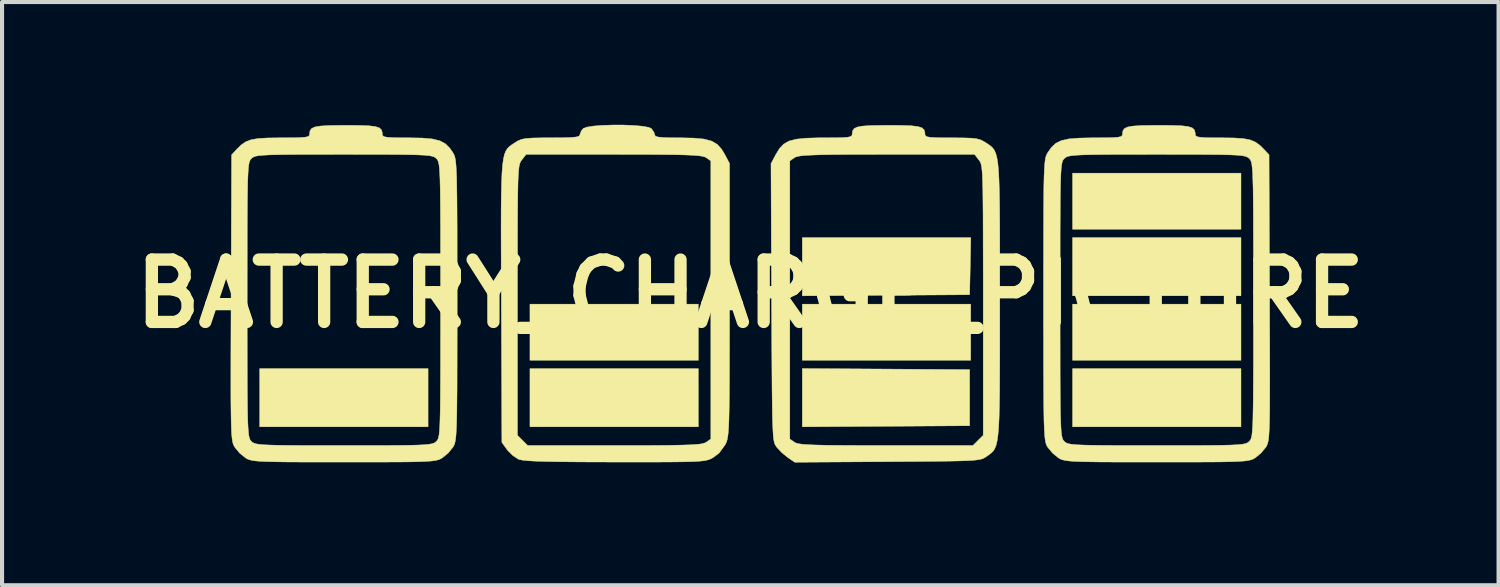
<source format=kicad_pcb>
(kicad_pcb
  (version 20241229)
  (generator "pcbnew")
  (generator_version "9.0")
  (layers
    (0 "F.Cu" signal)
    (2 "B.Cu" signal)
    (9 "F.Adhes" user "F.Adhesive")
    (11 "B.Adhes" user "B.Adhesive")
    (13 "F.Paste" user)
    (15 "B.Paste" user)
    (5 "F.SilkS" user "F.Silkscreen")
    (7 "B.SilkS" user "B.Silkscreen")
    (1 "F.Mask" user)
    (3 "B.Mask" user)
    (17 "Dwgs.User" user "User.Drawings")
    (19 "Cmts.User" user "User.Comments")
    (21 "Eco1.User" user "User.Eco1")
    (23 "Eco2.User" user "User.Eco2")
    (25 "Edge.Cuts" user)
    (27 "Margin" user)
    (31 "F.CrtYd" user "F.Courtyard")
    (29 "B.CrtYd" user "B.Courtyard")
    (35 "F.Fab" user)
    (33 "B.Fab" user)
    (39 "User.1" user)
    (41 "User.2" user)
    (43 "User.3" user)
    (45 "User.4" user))
  (footprint "BATTERY_CHARGE_PICTURE"
    (layer "F.Cu")
    (at 15.284 4.127)
    (property "Reference" "BATTERY_CHARGE_PICTURE" (at 0 0 0) (layer "F.SilkS") (effects (font (size 1.524 1.524) (thickness 0.3))))
    (attr through_hole)
    (fp_poly (pts (xy -7.874 3.251) (xy -11.989 3.251) (xy -11.989 1.829) (xy -7.874 1.829) (xy -7.874 3.251)) (stroke (width 0.01) (type solid)) (fill yes) (layer "F.SilkS"))
    (fp_poly (pts (xy -1.27 1.626) (xy -5.385 1.626) (xy -5.385 0.254) (xy -1.27 0.254) (xy -1.27 1.626)) (stroke (width 0.01) (type solid)) (fill yes) (layer "F.SilkS"))
    (fp_poly (pts (xy -1.27 3.251) (xy -5.385 3.251) (xy -5.385 1.829) (xy -1.27 1.829) (xy -1.27 3.251)) (stroke (width 0.01) (type solid)) (fill yes) (layer "F.SilkS"))
    (fp_poly (pts (xy 5.385 1.626) (xy 1.27 1.626) (xy 1.27 0.254) (xy 5.385 0.254) (xy 5.385 1.626)) (stroke (width 0.01) (type solid)) (fill yes) (layer "F.SilkS"))
    (fp_poly (pts (xy 11.989 -1.575) (xy 7.874 -1.575) (xy 7.874 -2.946) (xy 11.989 -2.946) (xy 11.989 -1.575)) (stroke (width 0.01) (type solid)) (fill yes) (layer "F.SilkS"))
    (fp_poly (pts (xy 11.989 0.051) (xy 7.874 0.051) (xy 7.874 -1.372) (xy 11.989 -1.372) (xy 11.989 0.051)) (stroke (width 0.01) (type solid)) (fill yes) (layer "F.SilkS"))
    (fp_poly (pts (xy 11.989 1.626) (xy 7.874 1.626) (xy 7.874 0.254) (xy 11.989 0.254) (xy 11.989 1.626)) (stroke (width 0.01) (type solid)) (fill yes) (layer "F.SilkS"))
    (fp_poly (pts (xy 11.989 3.251) (xy 7.874 3.251) (xy 7.874 1.829) (xy 11.989 1.829) (xy 11.989 3.251)) (stroke (width 0.01) (type solid)) (fill yes) (layer "F.SilkS"))
    (fp_poly (pts (xy 3.315 1.841) (xy 5.359 1.854) (xy 5.359 3.226) (xy 1.27 3.252) (xy 1.27 1.828) (xy 3.315 1.841)) (stroke (width 0.01) (type solid)) (fill yes) (layer "F.SilkS"))
    (fp_poly (pts (xy 5.374 -0.673) (xy 5.359 0.025) (xy 1.27 0.052) (xy 1.27 -1.372) (xy 5.388 -1.372) (xy 5.374 -0.673)) (stroke (width 0.01) (type solid)) (fill yes) (layer "F.SilkS"))
    (fp_poly (pts (xy -3.098 -4.122) (xy -2.849 -4.112) (xy -2.636 -4.093) (xy -2.483 -4.065) (xy -2.417 -4.035) (xy -2.352 -3.94) (xy -2.337 -3.883) (xy -2.319 -3.851) (xy -2.256 -3.83) (xy -2.133 -3.817) (xy -1.935 -3.811) (xy -1.714 -3.81) (xy -1.38 -3.803) (xy -1.13 -3.779) (xy -0.945 -3.73) (xy -0.809 -3.65) (xy -0.702 -3.533) (xy -0.624 -3.403) (xy -0.508 -3.184) (xy -0.508 0.144) (xy -0.508 0.808) (xy -0.509 1.378) (xy -0.509 1.862) (xy -0.511 2.267) (xy -0.514 2.602) (xy -0.518 2.874) (xy -0.523 3.09) (xy -0.53 3.258) (xy -0.539 3.387) (xy -0.55 3.484) (xy -0.563 3.556) (xy -0.579 3.612) (xy -0.598 3.658) (xy -0.61 3.683) (xy -0.764 3.895) (xy -0.909 4.004) (xy -0.958 4.031) (xy -1.01 4.053) (xy -1.074 4.07) (xy -1.159 4.084) (xy -1.275 4.095) (xy -1.432 4.103) (xy -1.64 4.108) (xy -1.908 4.111) (xy -2.247 4.113) (xy -2.665 4.113) (xy -3.173 4.113) (xy -3.309 4.113) (xy -3.869 4.112) (xy -4.336 4.109) (xy -4.718 4.105) (xy -5.023 4.099) (xy -5.26 4.091) (xy -5.436 4.081) (xy -5.561 4.068) (xy -5.641 4.052) (xy -5.669 4.042) (xy -5.804 3.954) (xy -5.932 3.826) (xy -5.949 3.803) (xy -6.071 3.632) (xy -6.084 0.203) (xy -6.084 0.162) (xy -5.69 0.162) (xy -5.69 3.459) (xy -5.565 3.584) (xy -5.44 3.708) (xy -3.316 3.708) (xy -2.786 3.708) (xy -2.349 3.707) (xy -1.995 3.704) (xy -1.715 3.699) (xy -1.499 3.693) (xy -1.339 3.684) (xy -1.224 3.673) (xy -1.147 3.658) (xy -1.097 3.64) (xy -1.078 3.629) (xy -0.965 3.55) (xy -0.965 0.152) (xy -0.965 -3.245) (xy -1.078 -3.325) (xy -1.117 -3.344) (xy -1.178 -3.36) (xy -1.271 -3.373) (xy -1.405 -3.383) (xy -1.589 -3.391) (xy -1.832 -3.397) (xy -2.143 -3.4) (xy -2.533 -3.403) (xy -3.009 -3.403) (xy -3.335 -3.404) (xy -5.479 -3.404) (xy -5.584 -3.27) (xy -5.605 -3.241) (xy -5.623 -3.208) (xy -5.639 -3.162) (xy -5.651 -3.097) (xy -5.662 -3.004) (xy -5.67 -2.877) (xy -5.677 -2.706) (xy -5.681 -2.486) (xy -5.685 -2.208) (xy -5.687 -1.864) (xy -5.689 -1.448) (xy -5.689 -0.951) (xy -5.69 -0.366) (xy -5.69 0.162) (xy -6.084 0.162) (xy -6.087 -0.494) (xy -6.089 -1.097) (xy -6.09 -1.613) (xy -6.089 -2.049) (xy -6.085 -2.413) (xy -6.078 -2.712) (xy -6.068 -2.953) (xy -6.053 -3.143) (xy -6.033 -3.291) (xy -6.008 -3.402) (xy -5.976 -3.485) (xy -5.937 -3.547) (xy -5.89 -3.595) (xy -5.835 -3.636) (xy -5.772 -3.677) (xy -5.746 -3.695) (xy -5.668 -3.741) (xy -5.587 -3.773) (xy -5.48 -3.793) (xy -5.329 -3.805) (xy -5.114 -3.809) (xy -4.869 -3.81) (xy -4.582 -3.812) (xy -4.382 -3.818) (xy -4.255 -3.83) (xy -4.188 -3.849) (xy -4.166 -3.878) (xy -4.166 -3.883) (xy -4.132 -3.975) (xy -4.086 -4.035) (xy -3.999 -4.07) (xy -3.834 -4.097) (xy -3.614 -4.114) (xy -3.361 -4.122) (xy -3.098 -4.122)) (stroke (width 0.01) (type solid)) (fill yes) (layer "F.SilkS"))
    (fp_poly (pts (xy 3.7 -4.113) (xy 3.935 -4.104) (xy 4.095 -4.085) (xy 4.194 -4.053) (xy 4.247 -4.004) (xy 4.266 -3.936) (xy 4.267 -3.901) (xy 4.275 -3.864) (xy 4.311 -3.838) (xy 4.389 -3.822) (xy 4.527 -3.814) (xy 4.74 -3.81) (xy 4.92 -3.81) (xy 5.194 -3.808) (xy 5.389 -3.802) (xy 5.524 -3.788) (xy 5.621 -3.762) (xy 5.701 -3.723) (xy 5.746 -3.695) (xy 5.813 -3.651) (xy 5.871 -3.61) (xy 5.92 -3.565) (xy 5.962 -3.508) (xy 5.996 -3.432) (xy 6.024 -3.33) (xy 6.047 -3.195) (xy 6.064 -3.018) (xy 6.076 -2.793) (xy 6.085 -2.512) (xy 6.091 -2.168) (xy 6.094 -1.753) (xy 6.096 -1.26) (xy 6.096 -0.683) (xy 6.096 -0.012) (xy 6.096 0.145) (xy 6.096 0.836) (xy 6.096 1.432) (xy 6.094 1.942) (xy 6.092 2.372) (xy 6.087 2.73) (xy 6.079 3.024) (xy 6.068 3.26) (xy 6.052 3.446) (xy 6.032 3.59) (xy 6.007 3.699) (xy 5.976 3.779) (xy 5.938 3.84) (xy 5.893 3.887) (xy 5.84 3.928) (xy 5.779 3.972) (xy 5.772 3.976) (xy 5.733 4.003) (xy 5.69 4.025) (xy 5.635 4.044) (xy 5.559 4.058) (xy 5.451 4.07) (xy 5.303 4.079) (xy 5.104 4.086) (xy 4.847 4.091) (xy 4.52 4.095) (xy 4.116 4.099) (xy 3.623 4.102) (xy 3.35 4.104) (xy 1.086 4.118) (xy 0.916 4.002) (xy 0.773 3.886) (xy 0.65 3.756) (xy 0.64 3.743) (xy 0.619 3.713) (xy 0.601 3.678) (xy 0.585 3.632) (xy 0.572 3.566) (xy 0.561 3.473) (xy 0.553 3.345) (xy 0.545 3.176) (xy 0.539 2.958) (xy 0.535 2.682) (xy 0.531 2.343) (xy 0.528 1.931) (xy 0.525 1.44) (xy 0.522 0.862) (xy 0.519 0.21) (xy 0.505 -3.179) (xy 0.54 -3.245) (xy 0.965 -3.245) (xy 0.965 3.55) (xy 1.078 3.629) (xy 1.117 3.649) (xy 1.178 3.665) (xy 1.272 3.678) (xy 1.406 3.688) (xy 1.59 3.696) (xy 1.835 3.702) (xy 2.147 3.705) (xy 2.538 3.707) (xy 3.017 3.708) (xy 3.316 3.708) (xy 5.44 3.708) (xy 5.69 3.459) (xy 5.69 0.162) (xy 5.69 -0.498) (xy 5.689 -1.064) (xy 5.688 -1.543) (xy 5.687 -1.943) (xy 5.684 -2.272) (xy 5.681 -2.537) (xy 5.675 -2.746) (xy 5.669 -2.907) (xy 5.66 -3.027) (xy 5.649 -3.113) (xy 5.636 -3.173) (xy 5.62 -3.216) (xy 5.601 -3.247) (xy 5.584 -3.27) (xy 5.479 -3.404) (xy 3.335 -3.404) (xy 2.803 -3.403) (xy 2.363 -3.402) (xy 2.007 -3.399) (xy 1.724 -3.395) (xy 1.507 -3.388) (xy 1.344 -3.38) (xy 1.229 -3.368) (xy 1.15 -3.354) (xy 1.099 -3.337) (xy 1.078 -3.325) (xy 0.965 -3.245) (xy 0.54 -3.245) (xy 0.622 -3.4) (xy 0.712 -3.548) (xy 0.814 -3.656) (xy 0.944 -3.73) (xy 1.12 -3.776) (xy 1.359 -3.801) (xy 1.677 -3.81) (xy 1.79 -3.81) (xy 2.07 -3.811) (xy 2.263 -3.815) (xy 2.386 -3.825) (xy 2.455 -3.843) (xy 2.484 -3.87) (xy 2.489 -3.901) (xy 2.499 -3.979) (xy 2.536 -4.035) (xy 2.614 -4.073) (xy 2.747 -4.097) (xy 2.95 -4.11) (xy 3.234 -4.114) (xy 3.378 -4.115) (xy 3.7 -4.113)) (stroke (width 0.01) (type solid)) (fill yes) (layer "F.SilkS"))
    (fp_poly (pts (xy 10.304 -4.113) (xy 10.539 -4.104) (xy 10.699 -4.085) (xy 10.798 -4.053) (xy 10.851 -4.004) (xy 10.87 -3.936) (xy 10.871 -3.901) (xy 10.879 -3.863) (xy 10.915 -3.838) (xy 10.995 -3.822) (xy 11.134 -3.813) (xy 11.35 -3.81) (xy 11.509 -3.81) (xy 11.818 -3.806) (xy 12.047 -3.791) (xy 12.217 -3.758) (xy 12.347 -3.702) (xy 12.46 -3.619) (xy 12.548 -3.531) (xy 12.675 -3.395) (xy 12.688 0.093) (xy 12.69 0.773) (xy 12.692 1.359) (xy 12.693 1.858) (xy 12.693 2.278) (xy 12.692 2.626) (xy 12.69 2.91) (xy 12.686 3.136) (xy 12.68 3.313) (xy 12.672 3.447) (xy 12.663 3.547) (xy 12.651 3.619) (xy 12.636 3.672) (xy 12.619 3.712) (xy 12.6 3.746) (xy 12.599 3.747) (xy 12.482 3.89) (xy 12.338 4.01) (xy 12.332 4.013) (xy 12.289 4.038) (xy 12.238 4.058) (xy 12.172 4.074) (xy 12.08 4.087) (xy 11.953 4.096) (xy 11.781 4.104) (xy 11.555 4.109) (xy 11.265 4.112) (xy 10.901 4.113) (xy 10.455 4.114) (xy 9.931 4.114) (xy 9.395 4.114) (xy 8.951 4.113) (xy 8.59 4.112) (xy 8.302 4.108) (xy 8.077 4.103) (xy 7.906 4.096) (xy 7.78 4.086) (xy 7.689 4.073) (xy 7.623 4.057) (xy 7.573 4.037) (xy 7.531 4.013) (xy 7.387 3.896) (xy 7.268 3.753) (xy 7.264 3.747) (xy 7.244 3.712) (xy 7.227 3.671) (xy 7.213 3.617) (xy 7.201 3.542) (xy 7.191 3.44) (xy 7.183 3.301) (xy 7.176 3.12) (xy 7.172 2.888) (xy 7.168 2.598) (xy 7.166 2.242) (xy 7.164 1.814) (xy 7.164 1.305) (xy 7.163 0.708) (xy 7.163 0.152) (xy 7.569 0.152) (xy 7.569 0.818) (xy 7.57 1.39) (xy 7.57 1.874) (xy 7.572 2.28) (xy 7.575 2.613) (xy 7.578 2.883) (xy 7.583 3.095) (xy 7.59 3.258) (xy 7.598 3.379) (xy 7.609 3.465) (xy 7.622 3.524) (xy 7.637 3.563) (xy 7.655 3.59) (xy 7.671 3.607) (xy 7.699 3.632) (xy 7.735 3.652) (xy 7.788 3.668) (xy 7.868 3.681) (xy 7.985 3.691) (xy 8.147 3.698) (xy 8.365 3.703) (xy 8.647 3.706) (xy 9.004 3.708) (xy 9.443 3.708) (xy 9.931 3.708) (xy 10.457 3.708) (xy 10.89 3.708) (xy 11.24 3.706) (xy 11.517 3.703) (xy 11.73 3.698) (xy 11.888 3.69) (xy 12.002 3.68) (xy 12.08 3.667) (xy 12.131 3.65) (xy 12.166 3.63) (xy 12.192 3.607) (xy 12.212 3.584) (xy 12.229 3.555) (xy 12.244 3.513) (xy 12.256 3.448) (xy 12.266 3.355) (xy 12.274 3.226) (xy 12.281 3.053) (xy 12.285 2.829) (xy 12.289 2.546) (xy 12.291 2.197) (xy 12.293 1.775) (xy 12.293 1.271) (xy 12.294 0.68) (xy 12.294 0.152) (xy 12.294 -0.513) (xy 12.293 -1.085) (xy 12.292 -1.569) (xy 12.291 -1.975) (xy 12.288 -2.309) (xy 12.285 -2.578) (xy 12.279 -2.79) (xy 12.273 -2.953) (xy 12.264 -3.074) (xy 12.254 -3.16) (xy 12.241 -3.219) (xy 12.226 -3.258) (xy 12.208 -3.285) (xy 12.192 -3.302) (xy 12.164 -3.327) (xy 12.128 -3.347) (xy 12.075 -3.363) (xy 11.994 -3.376) (xy 11.878 -3.386) (xy 11.715 -3.393) (xy 11.498 -3.398) (xy 11.215 -3.401) (xy 10.859 -3.403) (xy 10.419 -3.403) (xy 9.931 -3.404) (xy 9.406 -3.403) (xy 8.973 -3.403) (xy 8.623 -3.401) (xy 8.346 -3.398) (xy 8.133 -3.393) (xy 7.975 -3.385) (xy 7.861 -3.375) (xy 7.783 -3.362) (xy 7.731 -3.346) (xy 7.696 -3.325) (xy 7.671 -3.302) (xy 7.651 -3.28) (xy 7.633 -3.251) (xy 7.619 -3.208) (xy 7.606 -3.143) (xy 7.596 -3.05) (xy 7.588 -2.921) (xy 7.582 -2.748) (xy 7.577 -2.524) (xy 7.574 -2.241) (xy 7.572 -1.892) (xy 7.57 -1.47) (xy 7.57 -0.967) (xy 7.569 -0.375) (xy 7.569 0.152) (xy 7.163 0.152) (xy 7.163 -0.522) (xy 7.164 -1.102) (xy 7.165 -1.595) (xy 7.166 -2.01) (xy 7.169 -2.352) (xy 7.172 -2.631) (xy 7.177 -2.853) (xy 7.184 -3.025) (xy 7.192 -3.156) (xy 7.203 -3.253) (xy 7.215 -3.323) (xy 7.23 -3.374) (xy 7.248 -3.414) (xy 7.264 -3.442) (xy 7.359 -3.578) (xy 7.465 -3.676) (xy 7.6 -3.742) (xy 7.781 -3.783) (xy 8.027 -3.803) (xy 8.354 -3.81) (xy 8.395 -3.81) (xy 8.674 -3.811) (xy 8.868 -3.815) (xy 8.991 -3.825) (xy 9.059 -3.843) (xy 9.088 -3.87) (xy 9.093 -3.901) (xy 9.103 -3.979) (xy 9.14 -4.035) (xy 9.218 -4.073) (xy 9.351 -4.097) (xy 9.554 -4.11) (xy 9.838 -4.114) (xy 9.982 -4.115) (xy 10.304 -4.113)) (stroke (width 0.01) (type solid)) (fill yes) (layer "F.SilkS"))
    (fp_poly (pts (xy -9.558 -4.113) (xy -9.324 -4.104) (xy -9.164 -4.085) (xy -9.065 -4.053) (xy -9.012 -4.004) (xy -8.993 -3.936) (xy -8.992 -3.901) (xy -8.983 -3.864) (xy -8.948 -3.838) (xy -8.869 -3.822) (xy -8.731 -3.814) (xy -8.517 -3.81) (xy -8.344 -3.81) (xy -8.015 -3.804) (xy -7.768 -3.782) (xy -7.586 -3.737) (xy -7.45 -3.664) (xy -7.342 -3.556) (xy -7.264 -3.442) (xy -7.244 -3.407) (xy -7.227 -3.366) (xy -7.213 -3.312) (xy -7.201 -3.237) (xy -7.191 -3.135) (xy -7.183 -2.996) (xy -7.176 -2.815) (xy -7.172 -2.583) (xy -7.168 -2.293) (xy -7.166 -1.938) (xy -7.164 -1.509) (xy -7.164 -1) (xy -7.163 -0.403) (xy -7.163 0.152) (xy -7.163 0.827) (xy -7.164 1.407) (xy -7.165 1.9) (xy -7.166 2.314) (xy -7.169 2.657) (xy -7.172 2.936) (xy -7.177 3.158) (xy -7.184 3.33) (xy -7.192 3.461) (xy -7.203 3.558) (xy -7.215 3.628) (xy -7.23 3.679) (xy -7.248 3.719) (xy -7.264 3.747) (xy -7.381 3.891) (xy -7.525 4.01) (xy -7.531 4.013) (xy -7.574 4.038) (xy -7.624 4.058) (xy -7.691 4.074) (xy -7.783 4.087) (xy -7.91 4.096) (xy -8.082 4.104) (xy -8.308 4.109) (xy -8.598 4.112) (xy -8.961 4.113) (xy -9.407 4.114) (xy -9.931 4.114) (xy -10.467 4.114) (xy -10.911 4.113) (xy -11.273 4.112) (xy -11.561 4.108) (xy -11.786 4.103) (xy -11.957 4.096) (xy -12.083 4.086) (xy -12.174 4.073) (xy -12.24 4.057) (xy -12.29 4.037) (xy -12.332 4.013) (xy -12.476 3.897) (xy -12.596 3.753) (xy -12.599 3.747) (xy -12.619 3.712) (xy -12.636 3.673) (xy -12.65 3.621) (xy -12.662 3.549) (xy -12.672 3.45) (xy -12.68 3.316) (xy -12.685 3.14) (xy -12.689 2.915) (xy -12.692 2.633) (xy -12.693 2.286) (xy -12.693 1.868) (xy -12.692 1.37) (xy -12.69 0.786) (xy -12.688 0.152) (xy -12.294 0.152) (xy -12.294 0.818) (xy -12.293 1.39) (xy -12.292 1.874) (xy -12.291 2.28) (xy -12.288 2.613) (xy -12.285 2.883) (xy -12.28 3.095) (xy -12.273 3.258) (xy -12.264 3.379) (xy -12.254 3.465) (xy -12.241 3.524) (xy -12.226 3.563) (xy -12.208 3.59) (xy -12.192 3.607) (xy -12.164 3.632) (xy -12.128 3.652) (xy -12.075 3.668) (xy -11.994 3.681) (xy -11.878 3.691) (xy -11.715 3.698) (xy -11.498 3.703) (xy -11.215 3.706) (xy -10.859 3.708) (xy -10.419 3.708) (xy -9.931 3.708) (xy -9.406 3.708) (xy -8.973 3.708) (xy -8.623 3.706) (xy -8.346 3.703) (xy -8.133 3.698) (xy -7.975 3.69) (xy -7.861 3.68) (xy -7.783 3.667) (xy -7.731 3.65) (xy -7.696 3.63) (xy -7.671 3.607) (xy -7.651 3.584) (xy -7.633 3.555) (xy -7.619 3.513) (xy -7.606 3.448) (xy -7.596 3.355) (xy -7.588 3.226) (xy -7.582 3.053) (xy -7.577 2.829) (xy -7.574 2.546) (xy -7.572 2.197) (xy -7.57 1.775) (xy -7.57 1.271) (xy -7.569 0.68) (xy -7.569 0.152) (xy -7.569 -0.513) (xy -7.57 -1.085) (xy -7.57 -1.569) (xy -7.572 -1.975) (xy -7.575 -2.309) (xy -7.578 -2.578) (xy -7.583 -2.79) (xy -7.59 -2.953) (xy -7.598 -3.074) (xy -7.609 -3.16) (xy -7.622 -3.219) (xy -7.637 -3.258) (xy -7.655 -3.285) (xy -7.671 -3.302) (xy -7.699 -3.327) (xy -7.735 -3.347) (xy -7.788 -3.363) (xy -7.868 -3.376) (xy -7.985 -3.386) (xy -8.147 -3.393) (xy -8.365 -3.398) (xy -8.647 -3.401) (xy -9.004 -3.403) (xy -9.443 -3.403) (xy -9.931 -3.404) (xy -10.457 -3.403) (xy -10.89 -3.403) (xy -11.24 -3.401) (xy -11.517 -3.398) (xy -11.73 -3.393) (xy -11.888 -3.385) (xy -12.002 -3.375) (xy -12.08 -3.362) (xy -12.131 -3.346) (xy -12.166 -3.325) (xy -12.192 -3.302) (xy -12.212 -3.28) (xy -12.229 -3.251) (xy -12.244 -3.208) (xy -12.256 -3.143) (xy -12.266 -3.05) (xy -12.274 -2.921) (xy -12.281 -2.748) (xy -12.285 -2.524) (xy -12.289 -2.241) (xy -12.291 -1.892) (xy -12.293 -1.47) (xy -12.293 -0.967) (xy -12.294 -0.375) (xy -12.294 0.152) (xy -12.688 0.152) (xy -12.688 0.108) (xy -12.688 0.093) (xy -12.675 -3.395) (xy -12.548 -3.531) (xy -12.439 -3.637) (xy -12.329 -3.713) (xy -12.199 -3.763) (xy -12.027 -3.792) (xy -11.796 -3.806) (xy -11.484 -3.81) (xy -11.458 -3.81) (xy -11.181 -3.811) (xy -10.99 -3.816) (xy -10.869 -3.826) (xy -10.802 -3.843) (xy -10.774 -3.871) (xy -10.77 -3.901) (xy -10.76 -3.979) (xy -10.723 -4.035) (xy -10.645 -4.073) (xy -10.511 -4.097) (xy -10.309 -4.11) (xy -10.025 -4.114) (xy -9.881 -4.115) (xy -9.558 -4.113)) (stroke (width 0.01) (type solid)) (fill yes) (layer "F.SilkS")))
  (gr_rect
    (start -3 -3)
    (end 33.567 11.25)
    (stroke (width 0.1) (type default))
    (fill no)
    (layer "Edge.Cuts")))
</source>
